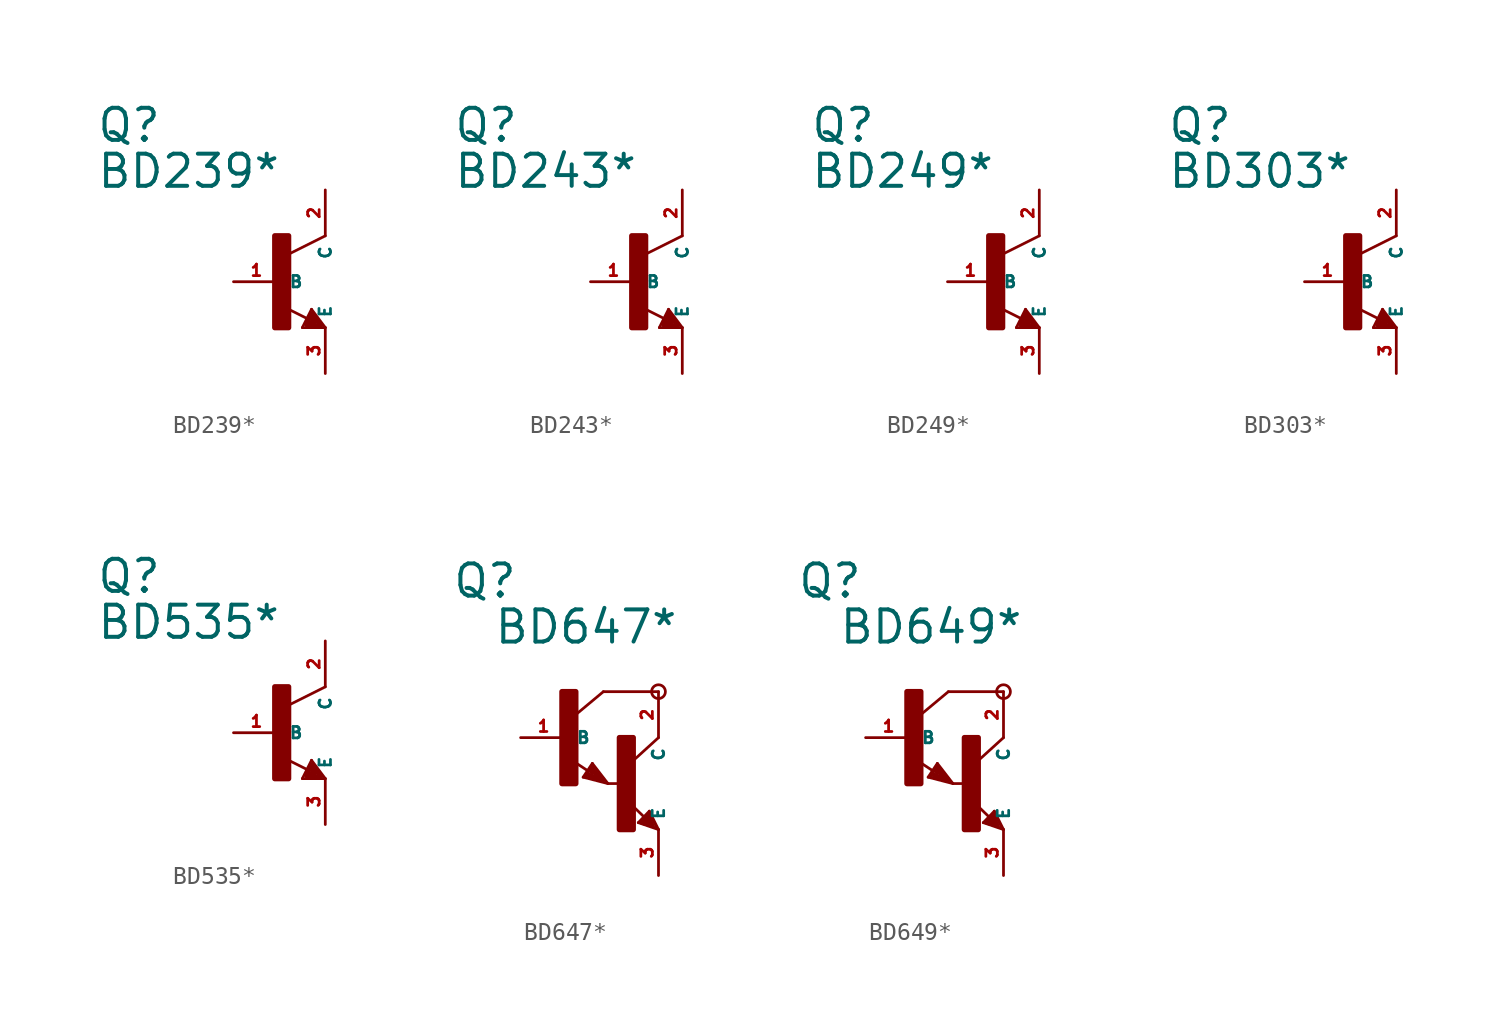
<source format=kicad_sym>
(kicad_symbol_lib
  (version 20220914)
  (generator Eagle2Kicad)
  (symbol "BD239*"
    (property "Reference" "Q"
      (at -10.16 7.62 0)
      (effects (font (size 1.778 1.778) (thickness 0.22)) (justify left bottom)))
    (property "Value" "BD239*"
      (at -10.16 5.08 0)
      (effects (font (size 1.778 1.778) (thickness 0.22)) (justify left bottom)))
    (polyline
      (pts (xy 2.54 2.54) (xy 0.508 1.524))
      (stroke (width 0.152) (type default))
      (fill (type none)))
    (polyline
      (pts (xy 1.778 -1.524) (xy 2.54 -2.54))
      (stroke (width 0.152) (type default))
      (fill (type none)))
    (polyline
      (pts (xy 2.54 -2.54) (xy 1.27 -2.54))
      (stroke (width 0.152) (type default))
      (fill (type none)))
    (polyline
      (pts (xy 1.27 -2.54) (xy 1.778 -1.524))
      (stroke (width 0.152) (type default))
      (fill (type none)))
    (polyline
      (pts (xy 1.54 -2.04) (xy 0.308 -1.424))
      (stroke (width 0.152) (type default))
      (fill (type none)))
    (polyline
      (pts (xy 1.524 -2.413) (xy 2.286 -2.413))
      (stroke (width 0.254) (type default))
      (fill (type none)))
    (polyline
      (pts (xy 2.286 -2.413) (xy 1.778 -1.778))
      (stroke (width 0.254) (type default))
      (fill (type none)))
    (polyline
      (pts (xy 1.778 -1.778) (xy 1.524 -2.286))
      (stroke (width 0.254) (type default))
      (fill (type none)))
    (polyline
      (pts (xy 1.524 -2.286) (xy 1.905 -2.286))
      (stroke (width 0.254) (type default))
      (fill (type none)))
    (polyline
      (pts (xy 1.905 -2.286) (xy 1.778 -2.032))
      (stroke (width 0.254) (type default))
      (fill (type none)))
    (rectangle
      (start -0.254 -2.54)
      (end 0.508 2.54)
      (stroke (width 0.3) (type default))
      (fill (type outline)))
    (pin passive line
      (at -2.54 0 0)
      (length 2.54)
      (name "B" (effects (font (size 0.635 0.635) (thickness 0.08)) (justify left bottom)))
      (number "1" (effects (font (size 0.635 0.635) (thickness 0.08)) (justify left bottom))))
    (pin passive line
      (at 2.54 -5.08 90)
      (length 2.54)
      (name "E" (effects (font (size 0.635 0.635) (thickness 0.08)) (justify left bottom)))
      (number "3" (effects (font (size 0.635 0.635) (thickness 0.08)) (justify left bottom))))
    (pin passive line
      (at 2.54 5.08 270)
      (length 2.54)
      (name "C" (effects (font (size 0.635 0.635) (thickness 0.08)) (justify left bottom)))
      (number "2" (effects (font (size 0.635 0.635) (thickness 0.08)) (justify left bottom)))))
  (symbol "BD243*"
    (property "Reference" "Q"
      (at -10.16 7.62 0)
      (effects (font (size 1.778 1.778) (thickness 0.22)) (justify left bottom)))
    (property "Value" "BD243*"
      (at -10.16 5.08 0)
      (effects (font (size 1.778 1.778) (thickness 0.22)) (justify left bottom)))
    (polyline
      (pts (xy 2.54 2.54) (xy 0.508 1.524))
      (stroke (width 0.152) (type default))
      (fill (type none)))
    (polyline
      (pts (xy 1.778 -1.524) (xy 2.54 -2.54))
      (stroke (width 0.152) (type default))
      (fill (type none)))
    (polyline
      (pts (xy 2.54 -2.54) (xy 1.27 -2.54))
      (stroke (width 0.152) (type default))
      (fill (type none)))
    (polyline
      (pts (xy 1.27 -2.54) (xy 1.778 -1.524))
      (stroke (width 0.152) (type default))
      (fill (type none)))
    (polyline
      (pts (xy 1.54 -2.04) (xy 0.308 -1.424))
      (stroke (width 0.152) (type default))
      (fill (type none)))
    (polyline
      (pts (xy 1.524 -2.413) (xy 2.286 -2.413))
      (stroke (width 0.254) (type default))
      (fill (type none)))
    (polyline
      (pts (xy 2.286 -2.413) (xy 1.778 -1.778))
      (stroke (width 0.254) (type default))
      (fill (type none)))
    (polyline
      (pts (xy 1.778 -1.778) (xy 1.524 -2.286))
      (stroke (width 0.254) (type default))
      (fill (type none)))
    (polyline
      (pts (xy 1.524 -2.286) (xy 1.905 -2.286))
      (stroke (width 0.254) (type default))
      (fill (type none)))
    (polyline
      (pts (xy 1.905 -2.286) (xy 1.778 -2.032))
      (stroke (width 0.254) (type default))
      (fill (type none)))
    (rectangle
      (start -0.254 -2.54)
      (end 0.508 2.54)
      (stroke (width 0.3) (type default))
      (fill (type outline)))
    (pin passive line
      (at -2.54 0 0)
      (length 2.54)
      (name "B" (effects (font (size 0.635 0.635) (thickness 0.08)) (justify left bottom)))
      (number "1" (effects (font (size 0.635 0.635) (thickness 0.08)) (justify left bottom))))
    (pin passive line
      (at 2.54 -5.08 90)
      (length 2.54)
      (name "E" (effects (font (size 0.635 0.635) (thickness 0.08)) (justify left bottom)))
      (number "3" (effects (font (size 0.635 0.635) (thickness 0.08)) (justify left bottom))))
    (pin passive line
      (at 2.54 5.08 270)
      (length 2.54)
      (name "C" (effects (font (size 0.635 0.635) (thickness 0.08)) (justify left bottom)))
      (number "2" (effects (font (size 0.635 0.635) (thickness 0.08)) (justify left bottom)))))
  (symbol "BD249*"
    (property "Reference" "Q"
      (at -10.16 7.62 0)
      (effects (font (size 1.778 1.778) (thickness 0.22)) (justify left bottom)))
    (property "Value" "BD249*"
      (at -10.16 5.08 0)
      (effects (font (size 1.778 1.778) (thickness 0.22)) (justify left bottom)))
    (polyline
      (pts (xy 2.54 2.54) (xy 0.508 1.524))
      (stroke (width 0.152) (type default))
      (fill (type none)))
    (polyline
      (pts (xy 1.778 -1.524) (xy 2.54 -2.54))
      (stroke (width 0.152) (type default))
      (fill (type none)))
    (polyline
      (pts (xy 2.54 -2.54) (xy 1.27 -2.54))
      (stroke (width 0.152) (type default))
      (fill (type none)))
    (polyline
      (pts (xy 1.27 -2.54) (xy 1.778 -1.524))
      (stroke (width 0.152) (type default))
      (fill (type none)))
    (polyline
      (pts (xy 1.54 -2.04) (xy 0.308 -1.424))
      (stroke (width 0.152) (type default))
      (fill (type none)))
    (polyline
      (pts (xy 1.524 -2.413) (xy 2.286 -2.413))
      (stroke (width 0.254) (type default))
      (fill (type none)))
    (polyline
      (pts (xy 2.286 -2.413) (xy 1.778 -1.778))
      (stroke (width 0.254) (type default))
      (fill (type none)))
    (polyline
      (pts (xy 1.778 -1.778) (xy 1.524 -2.286))
      (stroke (width 0.254) (type default))
      (fill (type none)))
    (polyline
      (pts (xy 1.524 -2.286) (xy 1.905 -2.286))
      (stroke (width 0.254) (type default))
      (fill (type none)))
    (polyline
      (pts (xy 1.905 -2.286) (xy 1.778 -2.032))
      (stroke (width 0.254) (type default))
      (fill (type none)))
    (rectangle
      (start -0.254 -2.54)
      (end 0.508 2.54)
      (stroke (width 0.3) (type default))
      (fill (type outline)))
    (pin passive line
      (at -2.54 0 0)
      (length 2.54)
      (name "B" (effects (font (size 0.635 0.635) (thickness 0.08)) (justify left bottom)))
      (number "1" (effects (font (size 0.635 0.635) (thickness 0.08)) (justify left bottom))))
    (pin passive line
      (at 2.54 -5.08 90)
      (length 2.54)
      (name "E" (effects (font (size 0.635 0.635) (thickness 0.08)) (justify left bottom)))
      (number "3" (effects (font (size 0.635 0.635) (thickness 0.08)) (justify left bottom))))
    (pin passive line
      (at 2.54 5.08 270)
      (length 2.54)
      (name "C" (effects (font (size 0.635 0.635) (thickness 0.08)) (justify left bottom)))
      (number "2" (effects (font (size 0.635 0.635) (thickness 0.08)) (justify left bottom)))))
  (symbol "BD303*"
    (property "Reference" "Q"
      (at -10.16 7.62 0)
      (effects (font (size 1.778 1.778) (thickness 0.22)) (justify left bottom)))
    (property "Value" "BD303*"
      (at -10.16 5.08 0)
      (effects (font (size 1.778 1.778) (thickness 0.22)) (justify left bottom)))
    (polyline
      (pts (xy 2.54 2.54) (xy 0.508 1.524))
      (stroke (width 0.152) (type default))
      (fill (type none)))
    (polyline
      (pts (xy 1.778 -1.524) (xy 2.54 -2.54))
      (stroke (width 0.152) (type default))
      (fill (type none)))
    (polyline
      (pts (xy 2.54 -2.54) (xy 1.27 -2.54))
      (stroke (width 0.152) (type default))
      (fill (type none)))
    (polyline
      (pts (xy 1.27 -2.54) (xy 1.778 -1.524))
      (stroke (width 0.152) (type default))
      (fill (type none)))
    (polyline
      (pts (xy 1.54 -2.04) (xy 0.308 -1.424))
      (stroke (width 0.152) (type default))
      (fill (type none)))
    (polyline
      (pts (xy 1.524 -2.413) (xy 2.286 -2.413))
      (stroke (width 0.254) (type default))
      (fill (type none)))
    (polyline
      (pts (xy 2.286 -2.413) (xy 1.778 -1.778))
      (stroke (width 0.254) (type default))
      (fill (type none)))
    (polyline
      (pts (xy 1.778 -1.778) (xy 1.524 -2.286))
      (stroke (width 0.254) (type default))
      (fill (type none)))
    (polyline
      (pts (xy 1.524 -2.286) (xy 1.905 -2.286))
      (stroke (width 0.254) (type default))
      (fill (type none)))
    (polyline
      (pts (xy 1.905 -2.286) (xy 1.778 -2.032))
      (stroke (width 0.254) (type default))
      (fill (type none)))
    (rectangle
      (start -0.254 -2.54)
      (end 0.508 2.54)
      (stroke (width 0.3) (type default))
      (fill (type outline)))
    (pin passive line
      (at -2.54 0 0)
      (length 2.54)
      (name "B" (effects (font (size 0.635 0.635) (thickness 0.08)) (justify left bottom)))
      (number "1" (effects (font (size 0.635 0.635) (thickness 0.08)) (justify left bottom))))
    (pin passive line
      (at 2.54 -5.08 90)
      (length 2.54)
      (name "E" (effects (font (size 0.635 0.635) (thickness 0.08)) (justify left bottom)))
      (number "3" (effects (font (size 0.635 0.635) (thickness 0.08)) (justify left bottom))))
    (pin passive line
      (at 2.54 5.08 270)
      (length 2.54)
      (name "C" (effects (font (size 0.635 0.635) (thickness 0.08)) (justify left bottom)))
      (number "2" (effects (font (size 0.635 0.635) (thickness 0.08)) (justify left bottom)))))
  (symbol "BD535*"
    (property "Reference" "Q"
      (at -10.16 7.62 0)
      (effects (font (size 1.778 1.778) (thickness 0.22)) (justify left bottom)))
    (property "Value" "BD535*"
      (at -10.16 5.08 0)
      (effects (font (size 1.778 1.778) (thickness 0.22)) (justify left bottom)))
    (polyline
      (pts (xy 2.54 2.54) (xy 0.508 1.524))
      (stroke (width 0.152) (type default))
      (fill (type none)))
    (polyline
      (pts (xy 1.778 -1.524) (xy 2.54 -2.54))
      (stroke (width 0.152) (type default))
      (fill (type none)))
    (polyline
      (pts (xy 2.54 -2.54) (xy 1.27 -2.54))
      (stroke (width 0.152) (type default))
      (fill (type none)))
    (polyline
      (pts (xy 1.27 -2.54) (xy 1.778 -1.524))
      (stroke (width 0.152) (type default))
      (fill (type none)))
    (polyline
      (pts (xy 1.54 -2.04) (xy 0.308 -1.424))
      (stroke (width 0.152) (type default))
      (fill (type none)))
    (polyline
      (pts (xy 1.524 -2.413) (xy 2.286 -2.413))
      (stroke (width 0.254) (type default))
      (fill (type none)))
    (polyline
      (pts (xy 2.286 -2.413) (xy 1.778 -1.778))
      (stroke (width 0.254) (type default))
      (fill (type none)))
    (polyline
      (pts (xy 1.778 -1.778) (xy 1.524 -2.286))
      (stroke (width 0.254) (type default))
      (fill (type none)))
    (polyline
      (pts (xy 1.524 -2.286) (xy 1.905 -2.286))
      (stroke (width 0.254) (type default))
      (fill (type none)))
    (polyline
      (pts (xy 1.905 -2.286) (xy 1.778 -2.032))
      (stroke (width 0.254) (type default))
      (fill (type none)))
    (rectangle
      (start -0.254 -2.54)
      (end 0.508 2.54)
      (stroke (width 0.3) (type default))
      (fill (type outline)))
    (pin passive line
      (at -2.54 0 0)
      (length 2.54)
      (name "B" (effects (font (size 0.635 0.635) (thickness 0.08)) (justify left bottom)))
      (number "1" (effects (font (size 0.635 0.635) (thickness 0.08)) (justify left bottom))))
    (pin passive line
      (at 2.54 -5.08 90)
      (length 2.54)
      (name "E" (effects (font (size 0.635 0.635) (thickness 0.08)) (justify left bottom)))
      (number "3" (effects (font (size 0.635 0.635) (thickness 0.08)) (justify left bottom))))
    (pin passive line
      (at 2.54 5.08 270)
      (length 2.54)
      (name "C" (effects (font (size 0.635 0.635) (thickness 0.08)) (justify left bottom)))
      (number "2" (effects (font (size 0.635 0.635) (thickness 0.08)) (justify left bottom)))))
  (symbol "BD647*"
    (property "Reference" "Q"
      (at -6.35 7.62 0)
      (effects (font (size 1.778 1.778) (thickness 0.22)) (justify left bottom)))
    (property "Value" "BD647*"
      (at -4.064 5.08 0)
      (effects (font (size 1.778 1.778) (thickness 0.22)) (justify left bottom)))
    (polyline
      (pts (xy 5.08 2.54) (xy 2.032 2.54))
      (stroke (width 0.152) (type default))
      (fill (type none)))
    (polyline
      (pts (xy 1.424 -1.424) (xy 2.286 -2.54))
      (stroke (width 0.152) (type default))
      (fill (type none)))
    (polyline
      (pts (xy 2.921 -2.54) (xy 2.286 -2.54))
      (stroke (width 0.152) (type default))
      (fill (type none)))
    (polyline
      (pts (xy 0.916 -2.186) (xy 1.424 -1.424))
      (stroke (width 0.152) (type default))
      (fill (type none)))
    (polyline
      (pts (xy 2.286 -2.54) (xy 0.916 -2.186))
      (stroke (width 0.152) (type default))
      (fill (type none)))
    (polyline
      (pts (xy 2.032 2.54) (xy 0.508 1.27))
      (stroke (width 0.152) (type default))
      (fill (type none)))
    (polyline
      (pts (xy 5.08 0) (xy 3.683 -1.27))
      (stroke (width 0.152) (type default))
      (fill (type none)))
    (polyline
      (pts (xy 5.08 -5.08) (xy 3.964 -4.699))
      (stroke (width 0.152) (type default))
      (fill (type none)))
    (polyline
      (pts (xy 4.572 -4.064) (xy 5.08 -5.08))
      (stroke (width 0.152) (type default))
      (fill (type none)))
    (polyline
      (pts (xy 3.964 -4.699) (xy 4.572 -4.064))
      (stroke (width 0.152) (type default))
      (fill (type none)))
    (polyline
      (pts (xy 1.186 -1.84) (xy 0.208 -1.197))
      (stroke (width 0.152) (type default))
      (fill (type none)))
    (polyline
      (pts (xy 4.28 -4.38) (xy 3.483 -3.61))
      (stroke (width 0.152) (type default))
      (fill (type none)))
    (polyline
      (pts (xy 2.159 -2.413) (xy 1.397 -1.524))
      (stroke (width 0.127) (type default))
      (fill (type none)))
    (polyline
      (pts (xy 1.397 -1.524) (xy 1.016 -2.159))
      (stroke (width 0.127) (type default))
      (fill (type none)))
    (polyline
      (pts (xy 1.016 -2.159) (xy 2.032 -2.413))
      (stroke (width 0.127) (type default))
      (fill (type none)))
    (polyline
      (pts (xy 2.032 -2.413) (xy 1.397 -1.651))
      (stroke (width 0.127) (type default))
      (fill (type none)))
    (polyline
      (pts (xy 1.397 -1.651) (xy 1.143 -2.032))
      (stroke (width 0.127) (type default))
      (fill (type none)))
    (polyline
      (pts (xy 1.143 -2.032) (xy 1.905 -2.286))
      (stroke (width 0.254) (type default))
      (fill (type none)))
    (polyline
      (pts (xy 1.905 -2.286) (xy 1.397 -1.778))
      (stroke (width 0.254) (type default))
      (fill (type none)))
    (polyline
      (pts (xy 1.397 -1.778) (xy 1.397 -1.905))
      (stroke (width 0.254) (type default))
      (fill (type none)))
    (polyline
      (pts (xy 4.953 -4.953) (xy 4.572 -4.191))
      (stroke (width 0.127) (type default))
      (fill (type none)))
    (polyline
      (pts (xy 4.572 -4.191) (xy 4.064 -4.699))
      (stroke (width 0.127) (type default))
      (fill (type none)))
    (polyline
      (pts (xy 4.064 -4.699) (xy 4.826 -4.953))
      (stroke (width 0.127) (type default))
      (fill (type none)))
    (polyline
      (pts (xy 4.826 -4.953) (xy 4.572 -4.318))
      (stroke (width 0.127) (type default))
      (fill (type none)))
    (polyline
      (pts (xy 4.572 -4.318) (xy 4.191 -4.699))
      (stroke (width 0.254) (type default))
      (fill (type none)))
    (polyline
      (pts (xy 4.191 -4.699) (xy 4.699 -4.826))
      (stroke (width 0.254) (type default))
      (fill (type none)))
    (polyline
      (pts (xy 4.699 -4.826) (xy 4.572 -4.572))
      (stroke (width 0.254) (type default))
      (fill (type none)))
    (polyline
      (pts (xy 4.572 -4.572) (xy 4.445 -4.572))
      (stroke (width 0.254) (type default))
      (fill (type none)))
    (circle
      (center 5.08 2.54)
      (radius 0.381)
      (stroke (width 0) (type default))
      (fill (type none)))
    (rectangle
      (start -0.254 -2.54)
      (end 0.508 2.54)
      (stroke (width 0.3) (type default))
      (fill (type outline)))
    (rectangle
      (start 2.921 -5.08)
      (end 3.683 0)
      (stroke (width 0.3) (type default))
      (fill (type outline)))
    (pin passive line
      (at -2.54 0 0)
      (length 2.54)
      (name "B" (effects (font (size 0.635 0.635) (thickness 0.08)) (justify left bottom)))
      (number "1" (effects (font (size 0.635 0.635) (thickness 0.08)) (justify left bottom))))
    (pin passive line
      (at 5.08 -7.62 90)
      (length 2.54)
      (name "E" (effects (font (size 0.635 0.635) (thickness 0.08)) (justify left bottom)))
      (number "3" (effects (font (size 0.635 0.635) (thickness 0.08)) (justify left bottom))))
    (pin passive line
      (at 5.08 2.54 270)
      (length 2.54)
      (name "C" (effects (font (size 0.635 0.635) (thickness 0.08)) (justify left bottom)))
      (number "2" (effects (font (size 0.635 0.635) (thickness 0.08)) (justify left bottom)))))
  (symbol "BD649*"
    (property "Reference" "Q"
      (at -6.35 7.62 0)
      (effects (font (size 1.778 1.778) (thickness 0.22)) (justify left bottom)))
    (property "Value" "BD649*"
      (at -4.064 5.08 0)
      (effects (font (size 1.778 1.778) (thickness 0.22)) (justify left bottom)))
    (polyline
      (pts (xy 5.08 2.54) (xy 2.032 2.54))
      (stroke (width 0.152) (type default))
      (fill (type none)))
    (polyline
      (pts (xy 1.424 -1.424) (xy 2.286 -2.54))
      (stroke (width 0.152) (type default))
      (fill (type none)))
    (polyline
      (pts (xy 2.921 -2.54) (xy 2.286 -2.54))
      (stroke (width 0.152) (type default))
      (fill (type none)))
    (polyline
      (pts (xy 0.916 -2.186) (xy 1.424 -1.424))
      (stroke (width 0.152) (type default))
      (fill (type none)))
    (polyline
      (pts (xy 2.286 -2.54) (xy 0.916 -2.186))
      (stroke (width 0.152) (type default))
      (fill (type none)))
    (polyline
      (pts (xy 2.032 2.54) (xy 0.508 1.27))
      (stroke (width 0.152) (type default))
      (fill (type none)))
    (polyline
      (pts (xy 5.08 0) (xy 3.683 -1.27))
      (stroke (width 0.152) (type default))
      (fill (type none)))
    (polyline
      (pts (xy 5.08 -5.08) (xy 3.964 -4.699))
      (stroke (width 0.152) (type default))
      (fill (type none)))
    (polyline
      (pts (xy 4.572 -4.064) (xy 5.08 -5.08))
      (stroke (width 0.152) (type default))
      (fill (type none)))
    (polyline
      (pts (xy 3.964 -4.699) (xy 4.572 -4.064))
      (stroke (width 0.152) (type default))
      (fill (type none)))
    (polyline
      (pts (xy 1.186 -1.84) (xy 0.208 -1.197))
      (stroke (width 0.152) (type default))
      (fill (type none)))
    (polyline
      (pts (xy 4.28 -4.38) (xy 3.483 -3.61))
      (stroke (width 0.152) (type default))
      (fill (type none)))
    (polyline
      (pts (xy 2.159 -2.413) (xy 1.397 -1.524))
      (stroke (width 0.127) (type default))
      (fill (type none)))
    (polyline
      (pts (xy 1.397 -1.524) (xy 1.016 -2.159))
      (stroke (width 0.127) (type default))
      (fill (type none)))
    (polyline
      (pts (xy 1.016 -2.159) (xy 2.032 -2.413))
      (stroke (width 0.127) (type default))
      (fill (type none)))
    (polyline
      (pts (xy 2.032 -2.413) (xy 1.397 -1.651))
      (stroke (width 0.127) (type default))
      (fill (type none)))
    (polyline
      (pts (xy 1.397 -1.651) (xy 1.143 -2.032))
      (stroke (width 0.127) (type default))
      (fill (type none)))
    (polyline
      (pts (xy 1.143 -2.032) (xy 1.905 -2.286))
      (stroke (width 0.254) (type default))
      (fill (type none)))
    (polyline
      (pts (xy 1.905 -2.286) (xy 1.397 -1.778))
      (stroke (width 0.254) (type default))
      (fill (type none)))
    (polyline
      (pts (xy 1.397 -1.778) (xy 1.397 -1.905))
      (stroke (width 0.254) (type default))
      (fill (type none)))
    (polyline
      (pts (xy 4.953 -4.953) (xy 4.572 -4.191))
      (stroke (width 0.127) (type default))
      (fill (type none)))
    (polyline
      (pts (xy 4.572 -4.191) (xy 4.064 -4.699))
      (stroke (width 0.127) (type default))
      (fill (type none)))
    (polyline
      (pts (xy 4.064 -4.699) (xy 4.826 -4.953))
      (stroke (width 0.127) (type default))
      (fill (type none)))
    (polyline
      (pts (xy 4.826 -4.953) (xy 4.572 -4.318))
      (stroke (width 0.127) (type default))
      (fill (type none)))
    (polyline
      (pts (xy 4.572 -4.318) (xy 4.191 -4.699))
      (stroke (width 0.254) (type default))
      (fill (type none)))
    (polyline
      (pts (xy 4.191 -4.699) (xy 4.699 -4.826))
      (stroke (width 0.254) (type default))
      (fill (type none)))
    (polyline
      (pts (xy 4.699 -4.826) (xy 4.572 -4.572))
      (stroke (width 0.254) (type default))
      (fill (type none)))
    (polyline
      (pts (xy 4.572 -4.572) (xy 4.445 -4.572))
      (stroke (width 0.254) (type default))
      (fill (type none)))
    (circle
      (center 5.08 2.54)
      (radius 0.381)
      (stroke (width 0) (type default))
      (fill (type none)))
    (rectangle
      (start -0.254 -2.54)
      (end 0.508 2.54)
      (stroke (width 0.3) (type default))
      (fill (type outline)))
    (rectangle
      (start 2.921 -5.08)
      (end 3.683 0)
      (stroke (width 0.3) (type default))
      (fill (type outline)))
    (pin passive line
      (at -2.54 0 0)
      (length 2.54)
      (name "B" (effects (font (size 0.635 0.635) (thickness 0.08)) (justify left bottom)))
      (number "1" (effects (font (size 0.635 0.635) (thickness 0.08)) (justify left bottom))))
    (pin passive line
      (at 5.08 -7.62 90)
      (length 2.54)
      (name "E" (effects (font (size 0.635 0.635) (thickness 0.08)) (justify left bottom)))
      (number "3" (effects (font (size 0.635 0.635) (thickness 0.08)) (justify left bottom))))
    (pin passive line
      (at 5.08 2.54 270)
      (length 2.54)
      (name "C" (effects (font (size 0.635 0.635) (thickness 0.08)) (justify left bottom)))
      (number "2" (effects (font (size 0.635 0.635) (thickness 0.08)) (justify left bottom))))))
</source>
